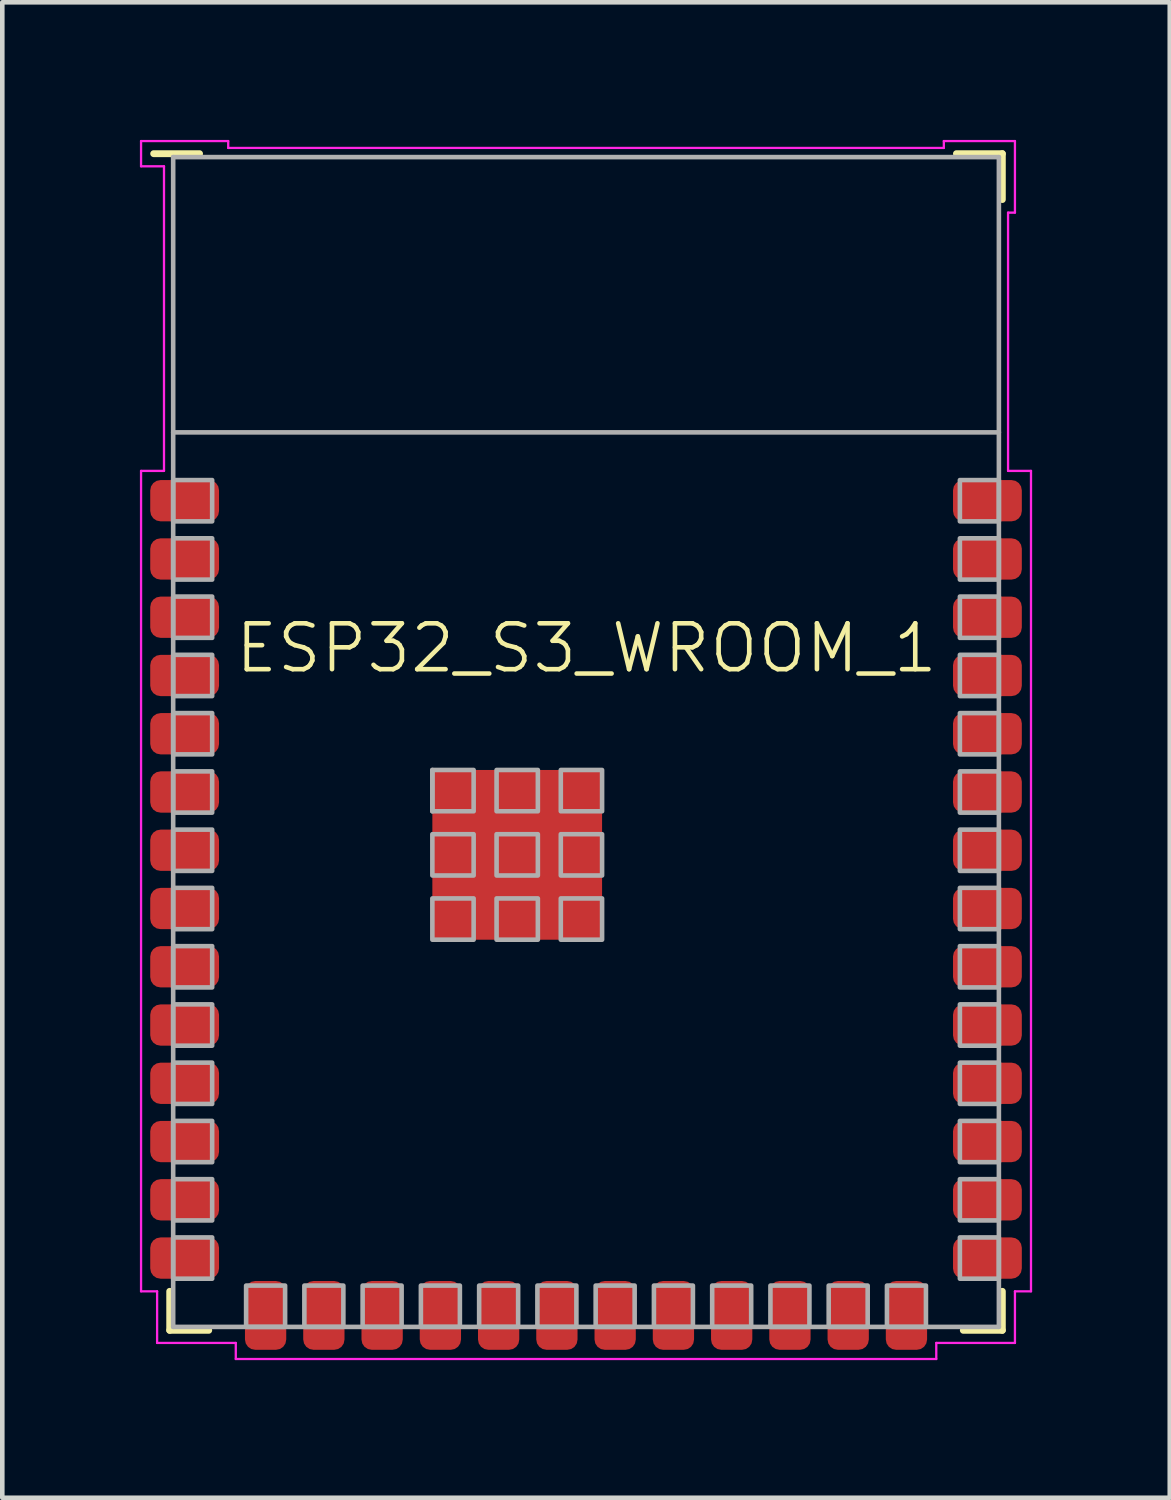
<source format=kicad_pcb>
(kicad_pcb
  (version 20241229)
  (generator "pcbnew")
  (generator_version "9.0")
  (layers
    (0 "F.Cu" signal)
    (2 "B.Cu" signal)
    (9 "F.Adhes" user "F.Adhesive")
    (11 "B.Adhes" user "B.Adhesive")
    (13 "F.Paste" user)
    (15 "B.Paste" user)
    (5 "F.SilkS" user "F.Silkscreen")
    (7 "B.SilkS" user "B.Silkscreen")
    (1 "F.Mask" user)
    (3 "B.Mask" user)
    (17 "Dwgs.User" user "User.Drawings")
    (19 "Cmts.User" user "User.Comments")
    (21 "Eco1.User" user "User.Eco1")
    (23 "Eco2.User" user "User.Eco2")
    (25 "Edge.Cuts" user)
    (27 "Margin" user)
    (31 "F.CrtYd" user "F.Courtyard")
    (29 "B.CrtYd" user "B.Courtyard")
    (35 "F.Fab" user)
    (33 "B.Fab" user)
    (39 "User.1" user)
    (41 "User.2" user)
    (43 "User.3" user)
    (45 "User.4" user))
  (footprint "ESP32_S3_WROOM_1"
    (layer "F.Cu")
    (at 9.725 13.125)
    (property "Reference" "ESP32_S3_WROOM_1" (at 0.01 -2.045 0) (unlocked yes) (layer "F.SilkS") (effects (font (size 1 1) (thickness 0.1))))
    (attr smd)
    (fp_line (start -9.425 -12.825) (end -8.425 -12.825) (stroke (width 0.15) (type default)) (layer "F.SilkS"))
    (fp_line (start -9.075 11.975) (end -9.075 12.825) (stroke (width 0.15) (type default)) (layer "F.SilkS"))
    (fp_line (start -9.075 12.825) (end -8.225 12.825) (stroke (width 0.15) (type default)) (layer "F.SilkS"))
    (fp_line (start 8.075 -12.825) (end 9.075 -12.825) (stroke (width 0.15) (type default)) (layer "F.SilkS"))
    (fp_line (start 9.075 -12.825) (end 9.075 -11.825) (stroke (width 0.15) (type default)) (layer "F.SilkS"))
    (fp_line (start 9.075 11.975) (end 9.075 12.825) (stroke (width 0.15) (type default)) (layer "F.SilkS"))
    (fp_line (start 9.075 12.825) (end 8.225 12.825) (stroke (width 0.15) (type default)) (layer "F.SilkS"))
    (fp_rect (start -3.35 0.61) (end -2.45 1.51) (stroke (width 0.1) (type default)) (fill yes) (layer "F.Paste"))
    (fp_rect (start -3.35 2.01) (end -2.45 2.91) (stroke (width 0.1) (type default)) (fill yes) (layer "F.Paste"))
    (fp_rect (start -3.35 3.41) (end -2.45 4.31) (stroke (width 0.1) (type default)) (fill yes) (layer "F.Paste"))
    (fp_rect (start -1.95 0.61) (end -1.05 1.51) (stroke (width 0.1) (type default)) (fill yes) (layer "F.Paste"))
    (fp_rect (start -1.95 2.01) (end -1.05 2.91) (stroke (width 0.1) (type default)) (fill yes) (layer "F.Paste"))
    (fp_rect (start -1.95 3.41) (end -1.05 4.31) (stroke (width 0.1) (type default)) (fill yes) (layer "F.Paste"))
    (fp_rect (start -0.55 0.61) (end 0.35 1.51) (stroke (width 0.1) (type default)) (fill yes) (layer "F.Paste"))
    (fp_rect (start -0.55 2.01) (end 0.35 2.91) (stroke (width 0.1) (type default)) (fill yes) (layer "F.Paste"))
    (fp_rect (start -0.55 3.41) (end 0.35 4.31) (stroke (width 0.1) (type default)) (fill yes) (layer "F.Paste"))
    (fp_line (start -9.7 -13.1) (end -9.7 -12.55) (stroke (width 0.05) (type default)) (layer "F.CrtYd"))
    (fp_line (start -9.7 -13.1) (end -7.8 -13.1) (stroke (width 0.05) (type default)) (layer "F.CrtYd"))
    (fp_line (start -9.7 -5.91) (end -9.7 11.975) (stroke (width 0.05) (type default)) (layer "F.CrtYd"))
    (fp_line (start -9.7 -5.91) (end -9.2 -5.91) (stroke (width 0.05) (type default)) (layer "F.CrtYd"))
    (fp_line (start -9.7 11.975) (end -9.35 11.975) (stroke (width 0.05) (type default)) (layer "F.CrtYd"))
    (fp_line (start -9.35 11.975) (end -9.35 13.1) (stroke (width 0.05) (type default)) (layer "F.CrtYd"))
    (fp_line (start -9.35 13.1) (end -7.635 13.1) (stroke (width 0.05) (type default)) (layer "F.CrtYd"))
    (fp_line (start -9.2 -12.55) (end -9.7 -12.55) (stroke (width 0.05) (type default)) (layer "F.CrtYd"))
    (fp_line (start -9.2 -12.55) (end -9.2 -5.91) (stroke (width 0.05) (type default)) (layer "F.CrtYd"))
    (fp_line (start -7.8 -12.95) (end -7.8 -13.1) (stroke (width 0.05) (type default)) (layer "F.CrtYd"))
    (fp_line (start -7.8 -12.95) (end 7.8 -12.95) (stroke (width 0.05) (type default)) (layer "F.CrtYd"))
    (fp_line (start -7.635 13.1) (end -7.635 13.45) (stroke (width 0.05) (type default)) (layer "F.CrtYd"))
    (fp_line (start -7.635 13.45) (end 7.635 13.45) (stroke (width 0.05) (type default)) (layer "F.CrtYd"))
    (fp_line (start 7.635 13.45) (end 7.635 13.1) (stroke (width 0.05) (type default)) (layer "F.CrtYd"))
    (fp_line (start 7.8 -13.1) (end 9.35 -13.1) (stroke (width 0.05) (type default)) (layer "F.CrtYd"))
    (fp_line (start 7.8 -12.95) (end 7.8 -13.1) (stroke (width 0.05) (type default)) (layer "F.CrtYd"))
    (fp_line (start 9.2 -11.54) (end 9.2 -5.91) (stroke (width 0.05) (type default)) (layer "F.CrtYd"))
    (fp_line (start 9.2 -11.54) (end 9.35 -11.54) (stroke (width 0.05) (type default)) (layer "F.CrtYd"))
    (fp_line (start 9.2 -5.91) (end 9.7 -5.91) (stroke (width 0.05) (type default)) (layer "F.CrtYd"))
    (fp_line (start 9.35 -13.1) (end 9.35 -11.54) (stroke (width 0.05) (type default)) (layer "F.CrtYd"))
    (fp_line (start 9.35 11.975) (end 9.35 13.1) (stroke (width 0.05) (type default)) (layer "F.CrtYd"))
    (fp_line (start 9.35 13.1) (end 7.635 13.1) (stroke (width 0.05) (type default)) (layer "F.CrtYd"))
    (fp_line (start 9.7 -5.91) (end 9.7 11.975) (stroke (width 0.05) (type default)) (layer "F.CrtYd"))
    (fp_line (start 9.7 11.975) (end 9.35 11.975) (stroke (width 0.05) (type default)) (layer "F.CrtYd"))
    (fp_line (start -9 -12.75) (end 9 -12.75) (stroke (width 0.1) (type default)) (layer "F.Fab"))
    (fp_line (start -9 -6.75) (end 9 -6.75) (stroke (width 0.1) (type default)) (layer "F.Fab"))
    (fp_line (start -9 12.75) (end -9 -12.75) (stroke (width 0.1) (type default)) (layer "F.Fab"))
    (fp_line (start -9 12.75) (end 9 12.75) (stroke (width 0.1) (type default)) (layer "F.Fab"))
    (fp_line (start 9 12.75) (end 9 -12.75) (stroke (width 0.1) (type default)) (layer "F.Fab"))
    (fp_rect (start -9 -5.71) (end -8.15 -4.81) (stroke (width 0.1) (type default)) (fill no) (layer "F.Fab"))
    (fp_rect (start -9 -4.44) (end -8.15 -3.54) (stroke (width 0.1) (type default)) (fill no) (layer "F.Fab"))
    (fp_rect (start -9 -3.17) (end -8.15 -2.27) (stroke (width 0.1) (type default)) (fill no) (layer "F.Fab"))
    (fp_rect (start -9 -1.9) (end -8.15 -1) (stroke (width 0.1) (type default)) (fill no) (layer "F.Fab"))
    (fp_rect (start -9 -0.63) (end -8.15 0.27) (stroke (width 0.1) (type default)) (fill no) (layer "F.Fab"))
    (fp_rect (start -9 0.64) (end -8.15 1.54) (stroke (width 0.1) (type default)) (fill no) (layer "F.Fab"))
    (fp_rect (start -9 1.91) (end -8.15 2.81) (stroke (width 0.1) (type default)) (fill no) (layer "F.Fab"))
    (fp_rect (start -9 3.18) (end -8.15 4.08) (stroke (width 0.1) (type default)) (fill no) (layer "F.Fab"))
    (fp_rect (start -9 4.45) (end -8.15 5.35) (stroke (width 0.1) (type default)) (fill no) (layer "F.Fab"))
    (fp_rect (start -9 5.72) (end -8.15 6.62) (stroke (width 0.1) (type default)) (fill no) (layer "F.Fab"))
    (fp_rect (start -9 6.99) (end -8.15 7.89) (stroke (width 0.1) (type default)) (fill no) (layer "F.Fab"))
    (fp_rect (start -9 8.26) (end -8.15 9.16) (stroke (width 0.1) (type default)) (fill no) (layer "F.Fab"))
    (fp_rect (start -9 9.53) (end -8.15 10.43) (stroke (width 0.1) (type default)) (fill no) (layer "F.Fab"))
    (fp_rect (start -9 10.8) (end -8.15 11.7) (stroke (width 0.1) (type default)) (fill no) (layer "F.Fab"))
    (fp_rect (start -7.41 11.85) (end -6.56 12.75) (stroke (width 0.1) (type default)) (fill no) (layer "F.Fab"))
    (fp_rect (start -6.14 11.85) (end -5.29 12.75) (stroke (width 0.1) (type default)) (fill no) (layer "F.Fab"))
    (fp_rect (start -4.87 11.85) (end -4.02 12.75) (stroke (width 0.1) (type default)) (fill no) (layer "F.Fab"))
    (fp_rect (start -3.6 11.85) (end -2.75 12.75) (stroke (width 0.1) (type default)) (fill no) (layer "F.Fab"))
    (fp_rect (start -3.35 0.61) (end -3.35 1.51) (stroke (width 0.1) (type default)) (fill no) (layer "F.Fab"))
    (fp_rect (start -3.35 0.61) (end -2.45 1.51) (stroke (width 0.1) (type default)) (fill no) (layer "F.Fab"))
    (fp_rect (start -3.35 2.01) (end -2.45 2.91) (stroke (width 0.1) (type default)) (fill no) (layer "F.Fab"))
    (fp_rect (start -3.35 3.41) (end -2.45 4.31) (stroke (width 0.1) (type default)) (fill no) (layer "F.Fab"))
    (fp_rect (start -2.33 11.85) (end -1.48 12.75) (stroke (width 0.1) (type default)) (fill no) (layer "F.Fab"))
    (fp_rect (start -1.95 0.61) (end -1.05 1.51) (stroke (width 0.1) (type default)) (fill no) (layer "F.Fab"))
    (fp_rect (start -1.95 2.01) (end -1.05 2.91) (stroke (width 0.1) (type default)) (fill no) (layer "F.Fab"))
    (fp_rect (start -1.95 3.41) (end -1.05 4.31) (stroke (width 0.1) (type default)) (fill no) (layer "F.Fab"))
    (fp_rect (start -1.06 11.85) (end -0.21 12.75) (stroke (width 0.1) (type default)) (fill no) (layer "F.Fab"))
    (fp_rect (start -0.55 0.61) (end 0.35 1.51) (stroke (width 0.1) (type default)) (fill no) (layer "F.Fab"))
    (fp_rect (start -0.55 2.01) (end 0.35 2.91) (stroke (width 0.1) (type default)) (fill no) (layer "F.Fab"))
    (fp_rect (start -0.55 3.41) (end 0.35 4.31) (stroke (width 0.1) (type default)) (fill no) (layer "F.Fab"))
    (fp_rect (start 0.21 11.85) (end 1.06 12.75) (stroke (width 0.1) (type default)) (fill no) (layer "F.Fab"))
    (fp_rect (start 1.48 11.85) (end 2.33 12.75) (stroke (width 0.1) (type default)) (fill no) (layer "F.Fab"))
    (fp_rect (start 2.75 11.85) (end 3.6 12.75) (stroke (width 0.1) (type default)) (fill no) (layer "F.Fab"))
    (fp_rect (start 4.02 11.85) (end 4.87 12.75) (stroke (width 0.1) (type default)) (fill no) (layer "F.Fab"))
    (fp_rect (start 5.29 11.85) (end 6.14 12.75) (stroke (width 0.1) (type default)) (fill no) (layer "F.Fab"))
    (fp_rect (start 6.56 11.85) (end 7.41 12.75) (stroke (width 0.1) (type default)) (fill no) (layer "F.Fab"))
    (fp_rect (start 8.15 -5.71) (end 9 -4.81) (stroke (width 0.1) (type default)) (fill no) (layer "F.Fab"))
    (fp_rect (start 8.15 -4.44) (end 9 -3.54) (stroke (width 0.1) (type default)) (fill no) (layer "F.Fab"))
    (fp_rect (start 8.15 -3.17) (end 9 -2.27) (stroke (width 0.1) (type default)) (fill no) (layer "F.Fab"))
    (fp_rect (start 8.15 -1.9) (end 9 -1) (stroke (width 0.1) (type default)) (fill no) (layer "F.Fab"))
    (fp_rect (start 8.15 -0.63) (end 9 0.27) (stroke (width 0.1) (type default)) (fill no) (layer "F.Fab"))
    (fp_rect (start 8.15 0.64) (end 9 1.54) (stroke (width 0.1) (type default)) (fill no) (layer "F.Fab"))
    (fp_rect (start 8.15 1.91) (end 9 2.81) (stroke (width 0.1) (type default)) (fill no) (layer "F.Fab"))
    (fp_rect (start 8.15 3.18) (end 9 4.08) (stroke (width 0.1) (type default)) (fill no) (layer "F.Fab"))
    (fp_rect (start 8.15 4.45) (end 9 5.35) (stroke (width 0.1) (type default)) (fill no) (layer "F.Fab"))
    (fp_rect (start 8.15 5.72) (end 9 6.62) (stroke (width 0.1) (type default)) (fill no) (layer "F.Fab"))
    (fp_rect (start 8.15 6.99) (end 9 7.89) (stroke (width 0.1) (type default)) (fill no) (layer "F.Fab"))
    (fp_rect (start 8.15 8.26) (end 9 9.16) (stroke (width 0.1) (type default)) (fill no) (layer "F.Fab"))
    (fp_rect (start 8.15 9.53) (end 9 10.43) (stroke (width 0.1) (type default)) (fill no) (layer "F.Fab"))
    (fp_rect (start 8.15 10.8) (end 9 11.7) (stroke (width 0.1) (type default)) (fill no) (layer "F.Fab"))
    (fp_line (start -9 -12.75) (end -9 12.75) (stroke (width 0.1) (type default)) (layer "User.2"))
    (fp_line (start -9 12.75) (end 9 12.75) (stroke (width 0.1) (type default)) (layer "User.2"))
    (fp_line (start -0.35 0) (end 0.35 0) (stroke (width 0.1) (type default)) (layer "User.2"))
    (fp_line (start 0 -0.35) (end 0 0.35) (stroke (width 0.1) (type default)) (layer "User.2"))
    (fp_line (start 9 -12.75) (end -9 -12.75) (stroke (width 0.1) (type default)) (layer "User.2"))
    (fp_line (start 9 12.75) (end 9 -12.75) (stroke (width 0.1) (type default)) (layer "User.2"))
    (fp_circle (center 0 0) (end 0 0.25) (stroke (width 0.1) (type default)) (fill no) (layer "User.2"))
    (fp_text user "${REFERENCE}" (at -0.015 5.31 0) (unlocked yes) (layer "User.3") (effects (font (size 1 1) (thickness 0.15))))
    (pad "1" smd roundrect (at -8.75 -5.26) (size 1.5 0.9) (layers "F.Cu" "F.Mask" "F.Paste") (roundrect_rratio 0.25))
    (pad "2" smd roundrect (at -8.75 -3.99) (size 1.5 0.9) (layers "F.Cu" "F.Mask" "F.Paste") (roundrect_rratio 0.25))
    (pad "3" smd roundrect (at -8.75 -2.72) (size 1.5 0.9) (layers "F.Cu" "F.Mask" "F.Paste") (roundrect_rratio 0.25))
    (pad "4" smd roundrect (at -8.75 -1.45) (size 1.5 0.9) (layers "F.Cu" "F.Mask" "F.Paste") (roundrect_rratio 0.25))
    (pad "5" smd roundrect (at -8.75 -0.18) (size 1.5 0.9) (layers "F.Cu" "F.Mask" "F.Paste") (roundrect_rratio 0.25))
    (pad "6" smd roundrect (at -8.75 1.09) (size 1.5 0.9) (layers "F.Cu" "F.Mask" "F.Paste") (roundrect_rratio 0.25))
    (pad "7" smd roundrect (at -8.75 2.36) (size 1.5 0.9) (layers "F.Cu" "F.Mask" "F.Paste") (roundrect_rratio 0.25))
    (pad "8" smd roundrect (at -8.75 3.63) (size 1.5 0.9) (layers "F.Cu" "F.Mask" "F.Paste") (roundrect_rratio 0.25))
    (pad "9" smd roundrect (at -8.75 4.9) (size 1.5 0.9) (layers "F.Cu" "F.Mask" "F.Paste") (roundrect_rratio 0.25))
    (pad "10" smd roundrect (at -8.75 6.17) (size 1.5 0.9) (layers "F.Cu" "F.Mask" "F.Paste") (roundrect_rratio 0.25))
    (pad "11" smd roundrect (at -8.75 7.44) (size 1.5 0.9) (layers "F.Cu" "F.Mask" "F.Paste") (roundrect_rratio 0.25))
    (pad "12" smd roundrect (at -8.75 8.71) (size 1.5 0.9) (layers "F.Cu" "F.Mask" "F.Paste") (roundrect_rratio 0.25))
    (pad "13" smd roundrect (at -8.75 9.98) (size 1.5 0.9) (layers "F.Cu" "F.Mask" "F.Paste") (roundrect_rratio 0.25))
    (pad "14" smd roundrect (at -8.75 11.25) (size 1.5 0.9) (layers "F.Cu" "F.Mask" "F.Paste") (roundrect_rratio 0.25))
    (pad "15" smd roundrect (at -6.985 12.5 90) (size 1.5 0.9) (layers "F.Cu" "F.Mask" "F.Paste") (roundrect_rratio 0.25))
    (pad "16" smd roundrect (at -5.715 12.5 90) (size 1.5 0.9) (layers "F.Cu" "F.Mask" "F.Paste") (roundrect_rratio 0.25))
    (pad "17" smd roundrect (at -4.445 12.5 90) (size 1.5 0.9) (layers "F.Cu" "F.Mask" "F.Paste") (roundrect_rratio 0.25))
    (pad "18" smd roundrect (at -3.175 12.5 90) (size 1.5 0.9) (layers "F.Cu" "F.Mask" "F.Paste") (roundrect_rratio 0.25))
    (pad "19" smd roundrect (at -1.905 12.5 90) (size 1.5 0.9) (layers "F.Cu" "F.Mask" "F.Paste") (roundrect_rratio 0.25))
    (pad "20" smd roundrect (at -0.635 12.5 90) (size 1.5 0.9) (layers "F.Cu" "F.Mask" "F.Paste") (roundrect_rratio 0.25))
    (pad "21" smd roundrect (at 0.635 12.5 90) (size 1.5 0.9) (layers "F.Cu" "F.Mask" "F.Paste") (roundrect_rratio 0.25))
    (pad "22" smd roundrect (at 1.905 12.5 90) (size 1.5 0.9) (layers "F.Cu" "F.Mask" "F.Paste") (roundrect_rratio 0.25))
    (pad "23" smd roundrect (at 3.175 12.5 90) (size 1.5 0.9) (layers "F.Cu" "F.Mask" "F.Paste") (roundrect_rratio 0.25))
    (pad "24" smd roundrect (at 4.445 12.5 90) (size 1.5 0.9) (layers "F.Cu" "F.Mask" "F.Paste") (roundrect_rratio 0.25))
    (pad "25" smd roundrect (at 5.715 12.5 90) (size 1.5 0.9) (layers "F.Cu" "F.Mask" "F.Paste") (roundrect_rratio 0.25))
    (pad "26" smd roundrect (at 6.985 12.5 90) (size 1.5 0.9) (layers "F.Cu" "F.Mask" "F.Paste") (roundrect_rratio 0.25))
    (pad "27" smd roundrect (at 8.75 11.25 180) (size 1.5 0.9) (layers "F.Cu" "F.Mask" "F.Paste") (roundrect_rratio 0.25))
    (pad "28" smd roundrect (at 8.75 9.98 180) (size 1.5 0.9) (layers "F.Cu" "F.Mask" "F.Paste") (roundrect_rratio 0.25))
    (pad "29" smd roundrect (at 8.75 8.71 180) (size 1.5 0.9) (layers "F.Cu" "F.Mask" "F.Paste") (roundrect_rratio 0.25))
    (pad "30" smd roundrect (at 8.75 7.44 180) (size 1.5 0.9) (layers "F.Cu" "F.Mask" "F.Paste") (roundrect_rratio 0.25))
    (pad "31" smd roundrect (at 8.75 6.17 180) (size 1.5 0.9) (layers "F.Cu" "F.Mask" "F.Paste") (roundrect_rratio 0.25))
    (pad "32" smd roundrect (at 8.75 4.9 180) (size 1.5 0.9) (layers "F.Cu" "F.Mask" "F.Paste") (roundrect_rratio 0.25))
    (pad "33" smd roundrect (at 8.75 3.63 180) (size 1.5 0.9) (layers "F.Cu" "F.Mask" "F.Paste") (roundrect_rratio 0.25))
    (pad "34" smd roundrect (at 8.75 2.36 180) (size 1.5 0.9) (layers "F.Cu" "F.Mask" "F.Paste") (roundrect_rratio 0.25))
    (pad "35" smd roundrect (at 8.75 1.09 180) (size 1.5 0.9) (layers "F.Cu" "F.Mask" "F.Paste") (roundrect_rratio 0.25))
    (pad "36" smd roundrect (at 8.75 -0.18 180) (size 1.5 0.9) (layers "F.Cu" "F.Mask" "F.Paste") (roundrect_rratio 0.25))
    (pad "37" smd roundrect (at 8.75 -1.45 180) (size 1.5 0.9) (layers "F.Cu" "F.Mask" "F.Paste") (roundrect_rratio 0.25))
    (pad "38" smd roundrect (at 8.75 -2.72 180) (size 1.5 0.9) (layers "F.Cu" "F.Mask" "F.Paste") (roundrect_rratio 0.25))
    (pad "39" smd roundrect (at 8.75 -3.99 180) (size 1.5 0.9) (layers "F.Cu" "F.Mask" "F.Paste") (roundrect_rratio 0.25))
    (pad "40" smd roundrect (at 8.75 -5.26 180) (size 1.5 0.9) (layers "F.Cu" "F.Mask" "F.Paste") (roundrect_rratio 0.25))
    (pad "41" smd rect (at -1.5 2.46 90) (size 3.7 3.7) (layers "F.Cu" "F.Mask")))
  (gr_rect
    (start -3 -3)
    (end 22.45 29.6)
    (stroke (width 0.1) (type default))
    (fill no)
    (layer "Edge.Cuts")))
</source>
